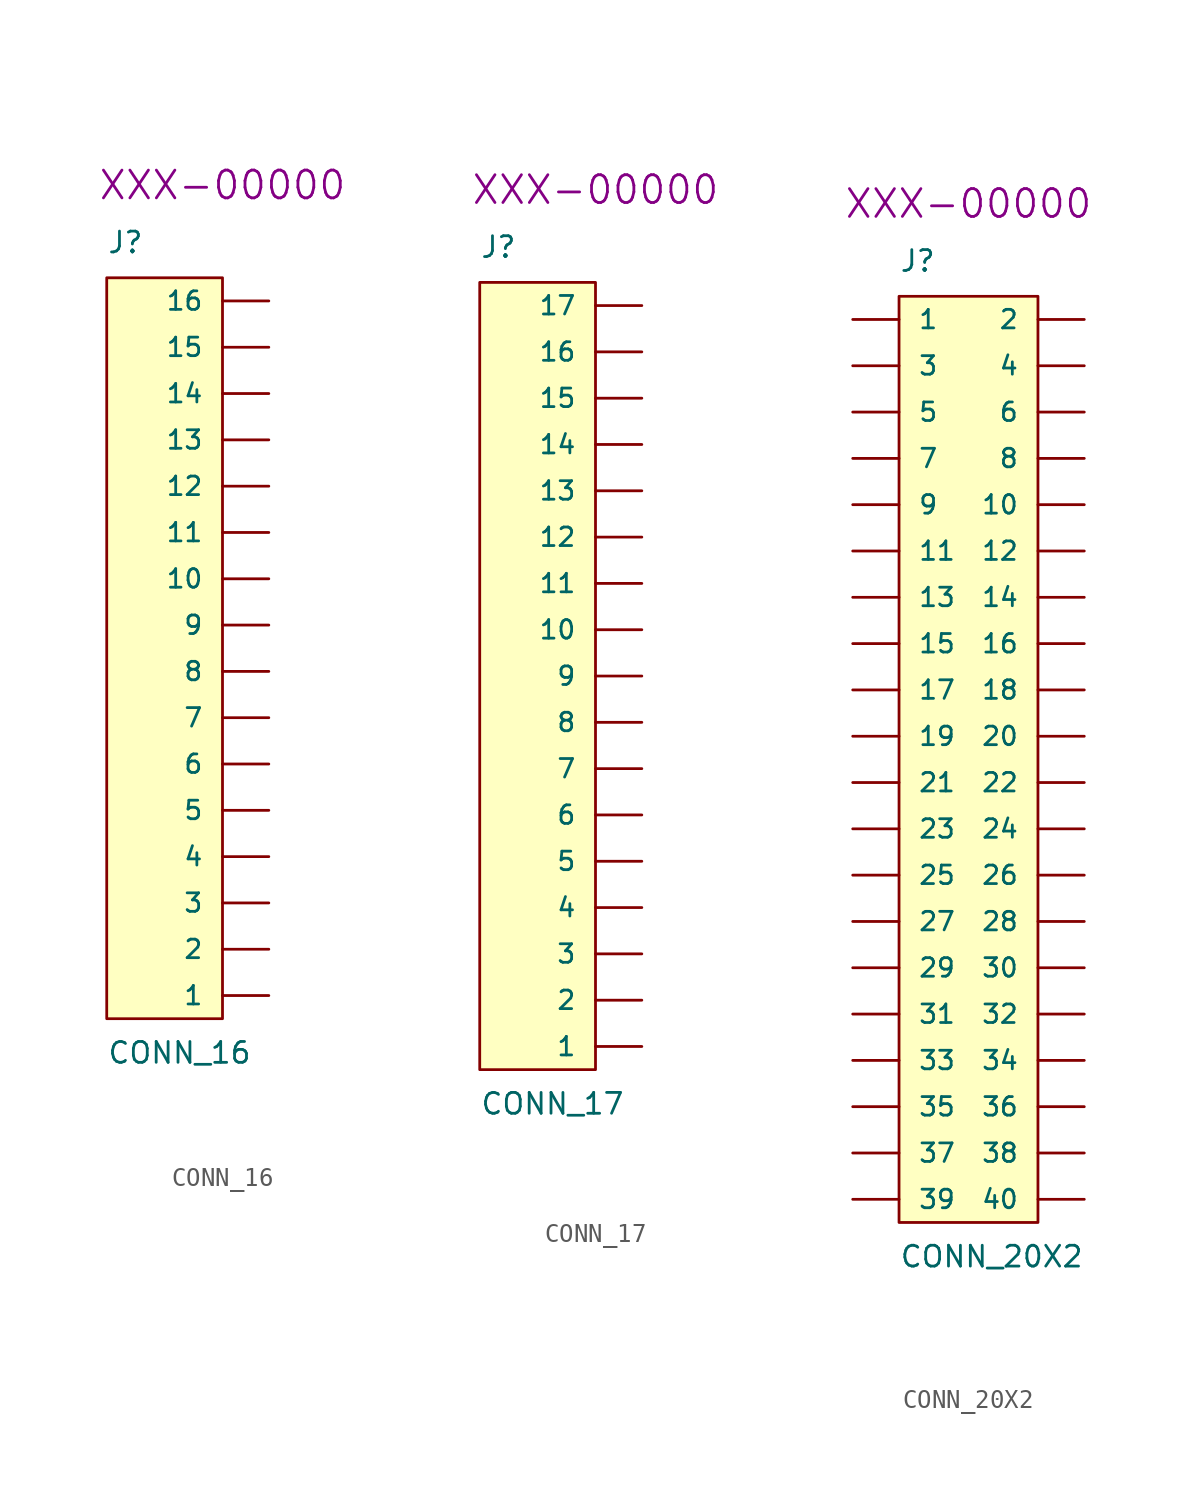
<source format=kicad_sym>
(kicad_symbol_lib
  (version 20220914)
  (generator kicad_symbol_editor)
  (symbol "CONN_16"
    (pin_numbers hide)
    (pin_names
      (offset 1.016))
    (property "Reference" "J"
      (at -6.35 40.64 0)
      (effects (font (size 1.143 1.143)) (justify left bottom)))
    (property "Value" "CONN_16"
      (at -6.35 -3.81 0)
      (effects (font (size 1.143 1.143)) (justify left bottom)))
    (property "Field4" "XXX-00000"
      (at 0 44.45 0)
      (effects (font (size 1.524 1.524))))
    (property "ki_locked" ""
      (at 0 0 0)
      (effects (font (size 1.27 1.27))))
    (symbol "CONN_16_0_1"
      (rectangle (start 0 -1.27) (end -6.35 39.37) (stroke (width 0) (type solid)) (fill (type background))))
    (symbol "CONN_16_1_1"
      (pin passive line (at 2.54 0 180) (length 2.54) (name "1" (effects (font (size 1.016 1.016)))) (number "1" (effects (font (size 1.016 1.016)))))
      (pin passive line (at 2.54 22.86 180) (length 2.54) (name "10" (effects (font (size 1.016 1.016)))) (number "10" (effects (font (size 1.016 1.016)))))
      (pin passive line (at 2.54 25.4 180) (length 2.54) (name "11" (effects (font (size 1.016 1.016)))) (number "11" (effects (font (size 1.016 1.016)))))
      (pin passive line (at 2.54 27.94 180) (length 2.54) (name "12" (effects (font (size 1.016 1.016)))) (number "12" (effects (font (size 1.016 1.016)))))
      (pin passive line (at 2.54 30.48 180) (length 2.54) (name "13" (effects (font (size 1.016 1.016)))) (number "13" (effects (font (size 1.016 1.016)))))
      (pin passive line (at 2.54 33.02 180) (length 2.54) (name "14" (effects (font (size 1.016 1.016)))) (number "14" (effects (font (size 1.016 1.016)))))
      (pin passive line (at 2.54 35.56 180) (length 2.54) (name "15" (effects (font (size 1.016 1.016)))) (number "15" (effects (font (size 1.016 1.016)))))
      (pin passive line (at 2.54 38.1 180) (length 2.54) (name "16" (effects (font (size 1.016 1.016)))) (number "16" (effects (font (size 1.016 1.016)))))
      (pin passive line (at 2.54 2.54 180) (length 2.54) (name "2" (effects (font (size 1.016 1.016)))) (number "2" (effects (font (size 1.016 1.016)))))
      (pin passive line (at 2.54 5.08 180) (length 2.54) (name "3" (effects (font (size 1.016 1.016)))) (number "3" (effects (font (size 1.016 1.016)))))
      (pin passive line (at 2.54 7.62 180) (length 2.54) (name "4" (effects (font (size 1.016 1.016)))) (number "4" (effects (font (size 1.016 1.016)))))
      (pin passive line (at 2.54 10.16 180) (length 2.54) (name "5" (effects (font (size 1.016 1.016)))) (number "5" (effects (font (size 1.016 1.016)))))
      (pin passive line (at 2.54 12.7 180) (length 2.54) (name "6" (effects (font (size 1.016 1.016)))) (number "6" (effects (font (size 1.016 1.016)))))
      (pin passive line (at 2.54 15.24 180) (length 2.54) (name "7" (effects (font (size 1.016 1.016)))) (number "7" (effects (font (size 1.016 1.016)))))
      (pin passive line (at 2.54 17.78 180) (length 2.54) (name "8" (effects (font (size 1.016 1.016)))) (number "8" (effects (font (size 1.016 1.016)))))
      (pin passive line (at 2.54 20.32 180) (length 2.54) (name "9" (effects (font (size 1.016 1.016)))) (number "9" (effects (font (size 1.016 1.016)))))))
  (symbol "CONN_17"
    (pin_numbers hide)
    (pin_names
      (offset 1.016))
    (property "Reference" "J"
      (at -6.35 43.18 0)
      (effects (font (size 1.143 1.143)) (justify left bottom)))
    (property "Value" "CONN_17"
      (at -6.35 -3.81 0)
      (effects (font (size 1.143 1.143)) (justify left bottom)))
    (property "Field4" "XXX-00000"
      (at 0 46.99 0)
      (effects (font (size 1.524 1.524))))
    (property "ki_locked" ""
      (at 0 0 0)
      (effects (font (size 1.27 1.27))))
    (symbol "CONN_17_0_1"
      (rectangle (start 0 -1.27) (end -6.35 41.91) (stroke (width 0) (type solid)) (fill (type background))))
    (symbol "CONN_17_1_1"
      (pin passive line (at 2.54 0 180) (length 2.54) (name "1" (effects (font (size 1.016 1.016)))) (number "1" (effects (font (size 1.016 1.016)))))
      (pin passive line (at 2.54 22.86 180) (length 2.54) (name "10" (effects (font (size 1.016 1.016)))) (number "10" (effects (font (size 1.016 1.016)))))
      (pin passive line (at 2.54 25.4 180) (length 2.54) (name "11" (effects (font (size 1.016 1.016)))) (number "11" (effects (font (size 1.016 1.016)))))
      (pin passive line (at 2.54 27.94 180) (length 2.54) (name "12" (effects (font (size 1.016 1.016)))) (number "12" (effects (font (size 1.016 1.016)))))
      (pin passive line (at 2.54 30.48 180) (length 2.54) (name "13" (effects (font (size 1.016 1.016)))) (number "13" (effects (font (size 1.016 1.016)))))
      (pin passive line (at 2.54 33.02 180) (length 2.54) (name "14" (effects (font (size 1.016 1.016)))) (number "14" (effects (font (size 1.016 1.016)))))
      (pin passive line (at 2.54 35.56 180) (length 2.54) (name "15" (effects (font (size 1.016 1.016)))) (number "15" (effects (font (size 1.016 1.016)))))
      (pin passive line (at 2.54 38.1 180) (length 2.54) (name "16" (effects (font (size 1.016 1.016)))) (number "16" (effects (font (size 1.016 1.016)))))
      (pin passive line (at 2.54 40.64 180) (length 2.54) (name "17" (effects (font (size 1.016 1.016)))) (number "17" (effects (font (size 1.016 1.016)))))
      (pin passive line (at 2.54 2.54 180) (length 2.54) (name "2" (effects (font (size 1.016 1.016)))) (number "2" (effects (font (size 1.016 1.016)))))
      (pin passive line (at 2.54 5.08 180) (length 2.54) (name "3" (effects (font (size 1.016 1.016)))) (number "3" (effects (font (size 1.016 1.016)))))
      (pin passive line (at 2.54 7.62 180) (length 2.54) (name "4" (effects (font (size 1.016 1.016)))) (number "4" (effects (font (size 1.016 1.016)))))
      (pin passive line (at 2.54 10.16 180) (length 2.54) (name "5" (effects (font (size 1.016 1.016)))) (number "5" (effects (font (size 1.016 1.016)))))
      (pin passive line (at 2.54 12.7 180) (length 2.54) (name "6" (effects (font (size 1.016 1.016)))) (number "6" (effects (font (size 1.016 1.016)))))
      (pin passive line (at 2.54 15.24 180) (length 2.54) (name "7" (effects (font (size 1.016 1.016)))) (number "7" (effects (font (size 1.016 1.016)))))
      (pin passive line (at 2.54 17.78 180) (length 2.54) (name "8" (effects (font (size 1.016 1.016)))) (number "8" (effects (font (size 1.016 1.016)))))
      (pin passive line (at 2.54 20.32 180) (length 2.54) (name "9" (effects (font (size 1.016 1.016)))) (number "9" (effects (font (size 1.016 1.016)))))))
  (symbol "CONN_20X2"
    (pin_numbers hide)
    (pin_names
      (offset 1.016))
    (property "Reference" "J"
      (at -3.81 26.67 0)
      (effects (font (size 1.143 1.143)) (justify left bottom)))
    (property "Value" "CONN_20X2"
      (at -3.81 -27.94 0)
      (effects (font (size 1.143 1.143)) (justify left bottom)))
    (property "Field4" "XXX-00000"
      (at 0 30.48 0)
      (effects (font (size 1.524 1.524))))
    (property "ki_locked" ""
      (at 0 0 0)
      (effects (font (size 1.27 1.27))))
    (symbol "CONN_20X2_0_1"
      (rectangle (start 3.81 -25.4) (end -3.81 25.4) (stroke (width 0) (type solid)) (fill (type background))))
    (symbol "CONN_20X2_1_1"
      (pin passive line (at -6.35 24.13 0) (length 2.54) (name "1" (effects (font (size 1.016 1.016)))) (number "1" (effects (font (size 1.016 1.016)))))
      (pin passive line (at 6.35 13.97 180) (length 2.54) (name "10" (effects (font (size 1.016 1.016)))) (number "10" (effects (font (size 1.016 1.016)))))
      (pin passive line (at -6.35 11.43 0) (length 2.54) (name "11" (effects (font (size 1.016 1.016)))) (number "11" (effects (font (size 1.016 1.016)))))
      (pin passive line (at 6.35 11.43 180) (length 2.54) (name "12" (effects (font (size 1.016 1.016)))) (number "12" (effects (font (size 1.016 1.016)))))
      (pin passive line (at -6.35 8.89 0) (length 2.54) (name "13" (effects (font (size 1.016 1.016)))) (number "13" (effects (font (size 1.016 1.016)))))
      (pin passive line (at 6.35 8.89 180) (length 2.54) (name "14" (effects (font (size 1.016 1.016)))) (number "14" (effects (font (size 1.016 1.016)))))
      (pin passive line (at -6.35 6.35 0) (length 2.54) (name "15" (effects (font (size 1.016 1.016)))) (number "15" (effects (font (size 1.016 1.016)))))
      (pin passive line (at 6.35 6.35 180) (length 2.54) (name "16" (effects (font (size 1.016 1.016)))) (number "16" (effects (font (size 1.016 1.016)))))
      (pin passive line (at -6.35 3.81 0) (length 2.54) (name "17" (effects (font (size 1.016 1.016)))) (number "17" (effects (font (size 1.016 1.016)))))
      (pin passive line (at 6.35 3.81 180) (length 2.54) (name "18" (effects (font (size 1.016 1.016)))) (number "18" (effects (font (size 1.016 1.016)))))
      (pin passive line (at -6.35 1.27 0) (length 2.54) (name "19" (effects (font (size 1.016 1.016)))) (number "19" (effects (font (size 1.016 1.016)))))
      (pin passive line (at 6.35 24.13 180) (length 2.54) (name "2" (effects (font (size 1.016 1.016)))) (number "2" (effects (font (size 1.016 1.016)))))
      (pin passive line (at 6.35 1.27 180) (length 2.54) (name "20" (effects (font (size 1.016 1.016)))) (number "20" (effects (font (size 1.016 1.016)))))
      (pin passive line (at -6.35 -1.27 0) (length 2.54) (name "21" (effects (font (size 1.016 1.016)))) (number "21" (effects (font (size 1.016 1.016)))))
      (pin passive line (at 6.35 -1.27 180) (length 2.54) (name "22" (effects (font (size 1.016 1.016)))) (number "22" (effects (font (size 1.016 1.016)))))
      (pin passive line (at -6.35 -3.81 0) (length 2.54) (name "23" (effects (font (size 1.016 1.016)))) (number "23" (effects (font (size 1.016 1.016)))))
      (pin passive line (at 6.35 -3.81 180) (length 2.54) (name "24" (effects (font (size 1.016 1.016)))) (number "24" (effects (font (size 1.016 1.016)))))
      (pin passive line (at -6.35 -6.35 0) (length 2.54) (name "25" (effects (font (size 1.016 1.016)))) (number "25" (effects (font (size 1.016 1.016)))))
      (pin passive line (at 6.35 -6.35 180) (length 2.54) (name "26" (effects (font (size 1.016 1.016)))) (number "26" (effects (font (size 1.016 1.016)))))
      (pin passive line (at -6.35 -8.89 0) (length 2.54) (name "27" (effects (font (size 1.016 1.016)))) (number "27" (effects (font (size 1.016 1.016)))))
      (pin passive line (at 6.35 -8.89 180) (length 2.54) (name "28" (effects (font (size 1.016 1.016)))) (number "28" (effects (font (size 1.016 1.016)))))
      (pin passive line (at -6.35 -11.43 0) (length 2.54) (name "29" (effects (font (size 1.016 1.016)))) (number "29" (effects (font (size 1.016 1.016)))))
      (pin passive line (at -6.35 21.59 0) (length 2.54) (name "3" (effects (font (size 1.016 1.016)))) (number "3" (effects (font (size 1.016 1.016)))))
      (pin passive line (at 6.35 -11.43 180) (length 2.54) (name "30" (effects (font (size 1.016 1.016)))) (number "30" (effects (font (size 1.016 1.016)))))
      (pin passive line (at -6.35 -13.97 0) (length 2.54) (name "31" (effects (font (size 1.016 1.016)))) (number "31" (effects (font (size 1.016 1.016)))))
      (pin passive line (at 6.35 -13.97 180) (length 2.54) (name "32" (effects (font (size 1.016 1.016)))) (number "32" (effects (font (size 1.016 1.016)))))
      (pin passive line (at -6.35 -16.51 0) (length 2.54) (name "33" (effects (font (size 1.016 1.016)))) (number "33" (effects (font (size 1.016 1.016)))))
      (pin passive line (at 6.35 -16.51 180) (length 2.54) (name "34" (effects (font (size 1.016 1.016)))) (number "34" (effects (font (size 1.016 1.016)))))
      (pin passive line (at -6.35 -19.05 0) (length 2.54) (name "35" (effects (font (size 1.016 1.016)))) (number "35" (effects (font (size 1.016 1.016)))))
      (pin passive line (at 6.35 -19.05 180) (length 2.54) (name "36" (effects (font (size 1.016 1.016)))) (number "36" (effects (font (size 1.016 1.016)))))
      (pin passive line (at -6.35 -21.59 0) (length 2.54) (name "37" (effects (font (size 1.016 1.016)))) (number "37" (effects (font (size 1.016 1.016)))))
      (pin passive line (at 6.35 -21.59 180) (length 2.54) (name "38" (effects (font (size 1.016 1.016)))) (number "38" (effects (font (size 1.016 1.016)))))
      (pin passive line (at -6.35 -24.13 0) (length 2.54) (name "39" (effects (font (size 1.016 1.016)))) (number "39" (effects (font (size 1.016 1.016)))))
      (pin passive line (at 6.35 21.59 180) (length 2.54) (name "4" (effects (font (size 1.016 1.016)))) (number "4" (effects (font (size 1.016 1.016)))))
      (pin passive line (at 6.35 -24.13 180) (length 2.54) (name "40" (effects (font (size 1.016 1.016)))) (number "40" (effects (font (size 1.016 1.016)))))
      (pin passive line (at -6.35 19.05 0) (length 2.54) (name "5" (effects (font (size 1.016 1.016)))) (number "5" (effects (font (size 1.016 1.016)))))
      (pin passive line (at 6.35 19.05 180) (length 2.54) (name "6" (effects (font (size 1.016 1.016)))) (number "6" (effects (font (size 1.016 1.016)))))
      (pin passive line (at -6.35 16.51 0) (length 2.54) (name "7" (effects (font (size 1.016 1.016)))) (number "7" (effects (font (size 1.016 1.016)))))
      (pin passive line (at 6.35 16.51 180) (length 2.54) (name "8" (effects (font (size 1.016 1.016)))) (number "8" (effects (font (size 1.016 1.016)))))
      (pin passive line (at -6.35 13.97 0) (length 2.54) (name "9" (effects (font (size 1.016 1.016)))) (number "9" (effects (font (size 1.016 1.016))))))))
</source>
